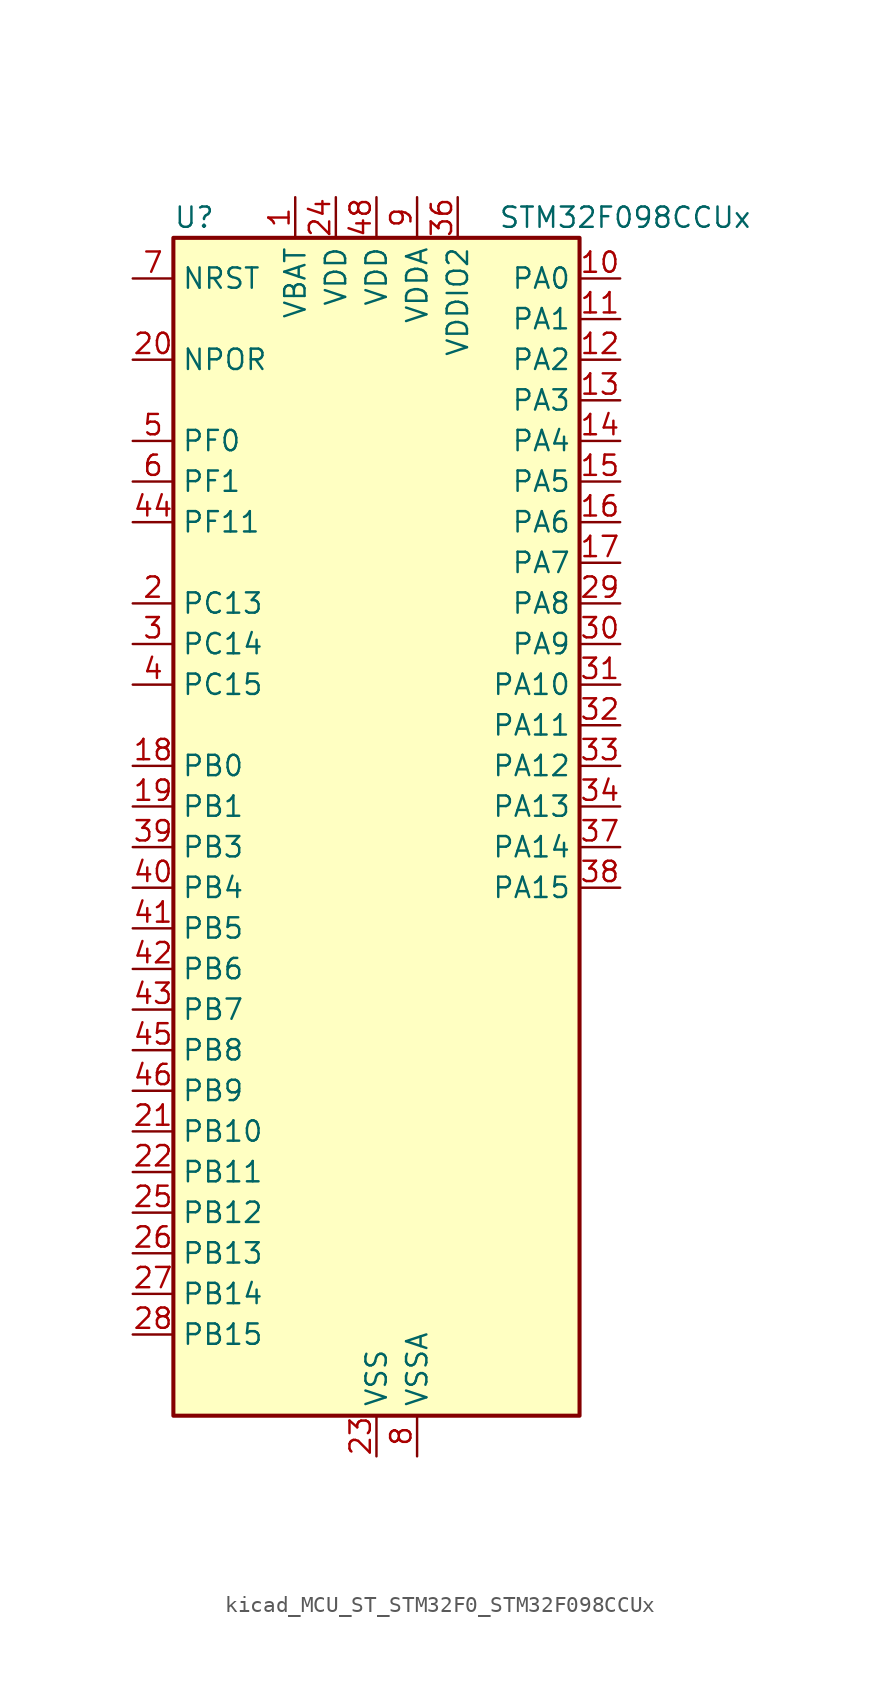
<source format=kicad_sym>
(kicad_symbol_lib
  (version 20220914)
  (generator kicad_symbol_editor)
  (symbol "kicad_MCU_ST_STM32F0_STM32F098CCUx"
    (property "Reference" "U"
      (at -12.7 39.37 0)
      (effects (font (size 1.27 1.27)) (justify left)))
    (property "Value" "STM32F098CCUx"
      (at 7.62 39.37 0)
      (effects (font (size 1.27 1.27)) (justify left)))
    (property "ki_locked" ""
      (at 0 0 0)
      (effects (font (size 1.27 1.27))))
    (symbol "kicad_MCU_ST_STM32F0_STM32F098CCUx_0_1"
      (rectangle (start -12.7 -35.56) (end 12.7 38.1) (stroke (width 0.254) (type default)) (fill (type background))))
    (symbol "kicad_MCU_ST_STM32F0_STM32F098CCUx_1_1"
      (pin power_in line (at -5.08 40.64 270) (length 2.54) (name "VBAT" (effects (font (size 1.27 1.27)))) (number "1" (effects (font (size 1.27 1.27)))))
      (pin bidirectional line (at 15.24 35.56 180) (length 2.54) (name "PA0" (effects (font (size 1.27 1.27)))) (number "10" (effects (font (size 1.27 1.27)))) (alternate "ADC_IN0" bidirectional line) (alternate "COMP1_INM" bidirectional line) (alternate "COMP1_OUT" bidirectional line) (alternate "RTC_TAMP2" bidirectional line) (alternate "SYS_WKUP1" bidirectional line) (alternate "TIM2_CH1" bidirectional line) (alternate "TIM2_ETR" bidirectional line) (alternate "TSC_G1_IO1" bidirectional line) (alternate "USART2_CTS" bidirectional line) (alternate "USART4_TX" bidirectional line))
      (pin bidirectional line (at 15.24 33.02 180) (length 2.54) (name "PA1" (effects (font (size 1.27 1.27)))) (number "11" (effects (font (size 1.27 1.27)))) (alternate "ADC_IN1" bidirectional line) (alternate "COMP1_INP" bidirectional line) (alternate "TIM15_CH1N" bidirectional line) (alternate "TIM2_CH2" bidirectional line) (alternate "TSC_G1_IO2" bidirectional line) (alternate "USART2_DE" bidirectional line) (alternate "USART2_RTS" bidirectional line) (alternate "USART4_RX" bidirectional line))
      (pin bidirectional line (at 15.24 30.48 180) (length 2.54) (name "PA2" (effects (font (size 1.27 1.27)))) (number "12" (effects (font (size 1.27 1.27)))) (alternate "ADC_IN2" bidirectional line) (alternate "COMP2_INM" bidirectional line) (alternate "COMP2_OUT" bidirectional line) (alternate "SYS_WKUP4" bidirectional line) (alternate "TIM15_CH1" bidirectional line) (alternate "TIM2_CH3" bidirectional line) (alternate "TSC_G1_IO3" bidirectional line) (alternate "USART2_TX" bidirectional line))
      (pin bidirectional line (at 15.24 27.94 180) (length 2.54) (name "PA3" (effects (font (size 1.27 1.27)))) (number "13" (effects (font (size 1.27 1.27)))) (alternate "ADC_IN3" bidirectional line) (alternate "COMP2_INP" bidirectional line) (alternate "TIM15_CH2" bidirectional line) (alternate "TIM2_CH4" bidirectional line) (alternate "TSC_G1_IO4" bidirectional line) (alternate "USART2_RX" bidirectional line))
      (pin bidirectional line (at 15.24 25.4 180) (length 2.54) (name "PA4" (effects (font (size 1.27 1.27)))) (number "14" (effects (font (size 1.27 1.27)))) (alternate "ADC_IN4" bidirectional line) (alternate "COMP1_INM" bidirectional line) (alternate "COMP2_INM" bidirectional line) (alternate "DAC_OUT1" bidirectional line) (alternate "I2S1_WS" bidirectional line) (alternate "SPI1_NSS" bidirectional line) (alternate "TIM14_CH1" bidirectional line) (alternate "TSC_G2_IO1" bidirectional line) (alternate "USART2_CK" bidirectional line) (alternate "USART6_TX" bidirectional line))
      (pin bidirectional line (at 15.24 22.86 180) (length 2.54) (name "PA5" (effects (font (size 1.27 1.27)))) (number "15" (effects (font (size 1.27 1.27)))) (alternate "ADC_IN5" bidirectional line) (alternate "CEC" bidirectional line) (alternate "COMP1_INM" bidirectional line) (alternate "COMP2_INM" bidirectional line) (alternate "DAC_OUT2" bidirectional line) (alternate "I2S1_CK" bidirectional line) (alternate "SPI1_SCK" bidirectional line) (alternate "TIM2_CH1" bidirectional line) (alternate "TIM2_ETR" bidirectional line) (alternate "TSC_G2_IO2" bidirectional line) (alternate "USART6_RX" bidirectional line))
      (pin bidirectional line (at 15.24 20.32 180) (length 2.54) (name "PA6" (effects (font (size 1.27 1.27)))) (number "16" (effects (font (size 1.27 1.27)))) (alternate "ADC_IN6" bidirectional line) (alternate "COMP1_OUT" bidirectional line) (alternate "I2S1_MCK" bidirectional line) (alternate "SPI1_MISO" bidirectional line) (alternate "TIM16_CH1" bidirectional line) (alternate "TIM1_BKIN" bidirectional line) (alternate "TIM3_CH1" bidirectional line) (alternate "TSC_G2_IO3" bidirectional line) (alternate "USART3_CTS" bidirectional line))
      (pin bidirectional line (at 15.24 17.78 180) (length 2.54) (name "PA7" (effects (font (size 1.27 1.27)))) (number "17" (effects (font (size 1.27 1.27)))) (alternate "ADC_IN7" bidirectional line) (alternate "COMP2_OUT" bidirectional line) (alternate "I2S1_SD" bidirectional line) (alternate "SPI1_MOSI" bidirectional line) (alternate "TIM14_CH1" bidirectional line) (alternate "TIM17_CH1" bidirectional line) (alternate "TIM1_CH1N" bidirectional line) (alternate "TIM3_CH2" bidirectional line) (alternate "TSC_G2_IO4" bidirectional line))
      (pin bidirectional line (at -15.24 5.08 0) (length 2.54) (name "PB0" (effects (font (size 1.27 1.27)))) (number "18" (effects (font (size 1.27 1.27)))) (alternate "ADC_IN8" bidirectional line) (alternate "TIM1_CH2N" bidirectional line) (alternate "TIM3_CH3" bidirectional line) (alternate "TSC_G3_IO2" bidirectional line) (alternate "USART3_CK" bidirectional line))
      (pin bidirectional line (at -15.24 2.54 0) (length 2.54) (name "PB1" (effects (font (size 1.27 1.27)))) (number "19" (effects (font (size 1.27 1.27)))) (alternate "ADC_IN9" bidirectional line) (alternate "TIM14_CH1" bidirectional line) (alternate "TIM1_CH3N" bidirectional line) (alternate "TIM3_CH4" bidirectional line) (alternate "TSC_G3_IO3" bidirectional line) (alternate "USART3_DE" bidirectional line) (alternate "USART3_RTS" bidirectional line))
      (pin bidirectional line (at -15.24 15.24 0) (length 2.54) (name "PC13" (effects (font (size 1.27 1.27)))) (number "2" (effects (font (size 1.27 1.27)))) (alternate "RTC_OUT_ALARM" bidirectional line) (alternate "RTC_OUT_CALIB" bidirectional line) (alternate "RTC_TAMP1" bidirectional line) (alternate "RTC_TS" bidirectional line) (alternate "SYS_WKUP2" bidirectional line))
      (pin input line (at -15.24 30.48 0) (length 2.54) (name "NPOR" (effects (font (size 1.27 1.27)))) (number "20" (effects (font (size 1.27 1.27)))))
      (pin bidirectional line (at -15.24 -17.78 0) (length 2.54) (name "PB10" (effects (font (size 1.27 1.27)))) (number "21" (effects (font (size 1.27 1.27)))) (alternate "CEC" bidirectional line) (alternate "I2C2_SCL" bidirectional line) (alternate "I2S2_CK" bidirectional line) (alternate "SPI2_SCK" bidirectional line) (alternate "TIM2_CH3" bidirectional line) (alternate "TSC_SYNC" bidirectional line) (alternate "USART3_TX" bidirectional line))
      (pin bidirectional line (at -15.24 -20.32 0) (length 2.54) (name "PB11" (effects (font (size 1.27 1.27)))) (number "22" (effects (font (size 1.27 1.27)))) (alternate "I2C2_SDA" bidirectional line) (alternate "TIM2_CH4" bidirectional line) (alternate "TSC_G6_IO1" bidirectional line) (alternate "USART3_RX" bidirectional line))
      (pin power_in line (at 0 -38.1 90) (length 2.54) (name "VSS" (effects (font (size 1.27 1.27)))) (number "23" (effects (font (size 1.27 1.27)))))
      (pin power_in line (at -2.54 40.64 270) (length 2.54) (name "VDD" (effects (font (size 1.27 1.27)))) (number "24" (effects (font (size 1.27 1.27)))))
      (pin bidirectional line (at -15.24 -22.86 0) (length 2.54) (name "PB12" (effects (font (size 1.27 1.27)))) (number "25" (effects (font (size 1.27 1.27)))) (alternate "I2S2_WS" bidirectional line) (alternate "SPI2_NSS" bidirectional line) (alternate "TIM15_BKIN" bidirectional line) (alternate "TIM1_BKIN" bidirectional line) (alternate "TSC_G6_IO2" bidirectional line) (alternate "USART3_CK" bidirectional line))
      (pin bidirectional line (at -15.24 -25.4 0) (length 2.54) (name "PB13" (effects (font (size 1.27 1.27)))) (number "26" (effects (font (size 1.27 1.27)))) (alternate "I2C2_SCL" bidirectional line) (alternate "I2S2_CK" bidirectional line) (alternate "SPI2_SCK" bidirectional line) (alternate "TIM1_CH1N" bidirectional line) (alternate "TSC_G6_IO3" bidirectional line) (alternate "USART3_CTS" bidirectional line))
      (pin bidirectional line (at -15.24 -27.94 0) (length 2.54) (name "PB14" (effects (font (size 1.27 1.27)))) (number "27" (effects (font (size 1.27 1.27)))) (alternate "I2C2_SDA" bidirectional line) (alternate "I2S2_MCK" bidirectional line) (alternate "SPI2_MISO" bidirectional line) (alternate "TIM15_CH1" bidirectional line) (alternate "TIM1_CH2N" bidirectional line) (alternate "TSC_G6_IO4" bidirectional line) (alternate "USART3_DE" bidirectional line) (alternate "USART3_RTS" bidirectional line))
      (pin bidirectional line (at -15.24 -30.48 0) (length 2.54) (name "PB15" (effects (font (size 1.27 1.27)))) (number "28" (effects (font (size 1.27 1.27)))) (alternate "I2S2_SD" bidirectional line) (alternate "RTC_REFIN" bidirectional line) (alternate "SPI2_MOSI" bidirectional line) (alternate "SYS_WKUP7" bidirectional line) (alternate "TIM15_CH1N" bidirectional line) (alternate "TIM15_CH2" bidirectional line) (alternate "TIM1_CH3N" bidirectional line))
      (pin bidirectional line (at 15.24 15.24 180) (length 2.54) (name "PA8" (effects (font (size 1.27 1.27)))) (number "29" (effects (font (size 1.27 1.27)))) (alternate "CRS_SYNC" bidirectional line) (alternate "RCC_MCO" bidirectional line) (alternate "TIM1_CH1" bidirectional line) (alternate "USART1_CK" bidirectional line))
      (pin bidirectional line (at -15.24 12.7 0) (length 2.54) (name "PC14" (effects (font (size 1.27 1.27)))) (number "3" (effects (font (size 1.27 1.27)))) (alternate "RCC_OSC32_IN" bidirectional line))
      (pin bidirectional line (at 15.24 12.7 180) (length 2.54) (name "PA9" (effects (font (size 1.27 1.27)))) (number "30" (effects (font (size 1.27 1.27)))) (alternate "DAC_EXTI9" bidirectional line) (alternate "I2C1_SCL" bidirectional line) (alternate "RCC_MCO" bidirectional line) (alternate "TIM15_BKIN" bidirectional line) (alternate "TIM1_CH2" bidirectional line) (alternate "TSC_G4_IO1" bidirectional line) (alternate "USART1_TX" bidirectional line))
      (pin bidirectional line (at 15.24 10.16 180) (length 2.54) (name "PA10" (effects (font (size 1.27 1.27)))) (number "31" (effects (font (size 1.27 1.27)))) (alternate "I2C1_SDA" bidirectional line) (alternate "TIM17_BKIN" bidirectional line) (alternate "TIM1_CH3" bidirectional line) (alternate "TSC_G4_IO2" bidirectional line) (alternate "USART1_RX" bidirectional line))
      (pin bidirectional line (at 15.24 7.62 180) (length 2.54) (name "PA11" (effects (font (size 1.27 1.27)))) (number "32" (effects (font (size 1.27 1.27)))) (alternate "CAN_RX" bidirectional line) (alternate "COMP1_OUT" bidirectional line) (alternate "I2C2_SCL" bidirectional line) (alternate "TIM1_CH4" bidirectional line) (alternate "TSC_G4_IO3" bidirectional line) (alternate "USART1_CTS" bidirectional line))
      (pin bidirectional line (at 15.24 5.08 180) (length 2.54) (name "PA12" (effects (font (size 1.27 1.27)))) (number "33" (effects (font (size 1.27 1.27)))) (alternate "CAN_TX" bidirectional line) (alternate "COMP2_OUT" bidirectional line) (alternate "I2C2_SDA" bidirectional line) (alternate "TIM1_ETR" bidirectional line) (alternate "TSC_G4_IO4" bidirectional line) (alternate "USART1_DE" bidirectional line) (alternate "USART1_RTS" bidirectional line))
      (pin bidirectional line (at 15.24 2.54 180) (length 2.54) (name "PA13" (effects (font (size 1.27 1.27)))) (number "34" (effects (font (size 1.27 1.27)))) (alternate "IR_OUT" bidirectional line) (alternate "SYS_SWDIO" bidirectional line))
      (pin passive line (at 0 -38.1 90) (length 2.54) hide (name "VSS" (effects (font (size 1.27 1.27)))) (number "35" (effects (font (size 1.27 1.27)))))
      (pin power_in line (at 5.08 40.64 270) (length 2.54) (name "VDDIO2" (effects (font (size 1.27 1.27)))) (number "36" (effects (font (size 1.27 1.27)))))
      (pin bidirectional line (at 15.24 0 180) (length 2.54) (name "PA14" (effects (font (size 1.27 1.27)))) (number "37" (effects (font (size 1.27 1.27)))) (alternate "SYS_SWCLK" bidirectional line) (alternate "USART2_TX" bidirectional line))
      (pin bidirectional line (at 15.24 -2.54 180) (length 2.54) (name "PA15" (effects (font (size 1.27 1.27)))) (number "38" (effects (font (size 1.27 1.27)))) (alternate "I2S1_WS" bidirectional line) (alternate "SPI1_NSS" bidirectional line) (alternate "TIM2_CH1" bidirectional line) (alternate "TIM2_ETR" bidirectional line) (alternate "USART2_RX" bidirectional line) (alternate "USART4_DE" bidirectional line) (alternate "USART4_RTS" bidirectional line))
      (pin bidirectional line (at -15.24 0 0) (length 2.54) (name "PB3" (effects (font (size 1.27 1.27)))) (number "39" (effects (font (size 1.27 1.27)))) (alternate "I2S1_CK" bidirectional line) (alternate "SPI1_SCK" bidirectional line) (alternate "TIM2_CH2" bidirectional line) (alternate "TSC_G5_IO1" bidirectional line) (alternate "USART5_TX" bidirectional line))
      (pin bidirectional line (at -15.24 10.16 0) (length 2.54) (name "PC15" (effects (font (size 1.27 1.27)))) (number "4" (effects (font (size 1.27 1.27)))) (alternate "RCC_OSC32_OUT" bidirectional line))
      (pin bidirectional line (at -15.24 -2.54 0) (length 2.54) (name "PB4" (effects (font (size 1.27 1.27)))) (number "40" (effects (font (size 1.27 1.27)))) (alternate "I2S1_MCK" bidirectional line) (alternate "SPI1_MISO" bidirectional line) (alternate "TIM17_BKIN" bidirectional line) (alternate "TIM3_CH1" bidirectional line) (alternate "TSC_G5_IO2" bidirectional line) (alternate "USART5_RX" bidirectional line))
      (pin bidirectional line (at -15.24 -5.08 0) (length 2.54) (name "PB5" (effects (font (size 1.27 1.27)))) (number "41" (effects (font (size 1.27 1.27)))) (alternate "I2C1_SMBA" bidirectional line) (alternate "I2S1_SD" bidirectional line) (alternate "SPI1_MOSI" bidirectional line) (alternate "SYS_WKUP6" bidirectional line) (alternate "TIM16_BKIN" bidirectional line) (alternate "TIM3_CH2" bidirectional line) (alternate "USART5_CK" bidirectional line) (alternate "USART5_DE" bidirectional line) (alternate "USART5_RTS" bidirectional line))
      (pin bidirectional line (at -15.24 -7.62 0) (length 2.54) (name "PB6" (effects (font (size 1.27 1.27)))) (number "42" (effects (font (size 1.27 1.27)))) (alternate "I2C1_SCL" bidirectional line) (alternate "TIM16_CH1N" bidirectional line) (alternate "TSC_G5_IO3" bidirectional line) (alternate "USART1_TX" bidirectional line))
      (pin bidirectional line (at -15.24 -10.16 0) (length 2.54) (name "PB7" (effects (font (size 1.27 1.27)))) (number "43" (effects (font (size 1.27 1.27)))) (alternate "I2C1_SDA" bidirectional line) (alternate "TIM17_CH1N" bidirectional line) (alternate "TSC_G5_IO4" bidirectional line) (alternate "USART1_RX" bidirectional line) (alternate "USART4_CTS" bidirectional line))
      (pin bidirectional line (at -15.24 20.32 0) (length 2.54) (name "PF11" (effects (font (size 1.27 1.27)))) (number "44" (effects (font (size 1.27 1.27)))))
      (pin bidirectional line (at -15.24 -12.7 0) (length 2.54) (name "PB8" (effects (font (size 1.27 1.27)))) (number "45" (effects (font (size 1.27 1.27)))) (alternate "CAN_RX" bidirectional line) (alternate "CEC" bidirectional line) (alternate "I2C1_SCL" bidirectional line) (alternate "TIM16_CH1" bidirectional line) (alternate "TSC_SYNC" bidirectional line))
      (pin bidirectional line (at -15.24 -15.24 0) (length 2.54) (name "PB9" (effects (font (size 1.27 1.27)))) (number "46" (effects (font (size 1.27 1.27)))) (alternate "CAN_TX" bidirectional line) (alternate "DAC_EXTI9" bidirectional line) (alternate "I2C1_SDA" bidirectional line) (alternate "I2S2_WS" bidirectional line) (alternate "IR_OUT" bidirectional line) (alternate "SPI2_NSS" bidirectional line) (alternate "TIM17_CH1" bidirectional line))
      (pin passive line (at 0 -38.1 90) (length 2.54) hide (name "VSS" (effects (font (size 1.27 1.27)))) (number "47" (effects (font (size 1.27 1.27)))))
      (pin power_in line (at 0 40.64 270) (length 2.54) (name "VDD" (effects (font (size 1.27 1.27)))) (number "48" (effects (font (size 1.27 1.27)))))
      (pin passive line (at 0 -38.1 90) (length 2.54) hide (name "VSS" (effects (font (size 1.27 1.27)))) (number "49" (effects (font (size 1.27 1.27)))))
      (pin bidirectional line (at -15.24 25.4 0) (length 2.54) (name "PF0" (effects (font (size 1.27 1.27)))) (number "5" (effects (font (size 1.27 1.27)))) (alternate "CRS_SYNC" bidirectional line) (alternate "I2C1_SDA" bidirectional line) (alternate "RCC_OSC_IN" bidirectional line))
      (pin bidirectional line (at -15.24 22.86 0) (length 2.54) (name "PF1" (effects (font (size 1.27 1.27)))) (number "6" (effects (font (size 1.27 1.27)))) (alternate "I2C1_SCL" bidirectional line) (alternate "RCC_OSC_OUT" bidirectional line))
      (pin input line (at -15.24 35.56 0) (length 2.54) (name "NRST" (effects (font (size 1.27 1.27)))) (number "7" (effects (font (size 1.27 1.27)))))
      (pin power_in line (at 2.54 -38.1 90) (length 2.54) (name "VSSA" (effects (font (size 1.27 1.27)))) (number "8" (effects (font (size 1.27 1.27)))))
      (pin power_in line (at 2.54 40.64 270) (length 2.54) (name "VDDA" (effects (font (size 1.27 1.27)))) (number "9" (effects (font (size 1.27 1.27))))))))
</source>
